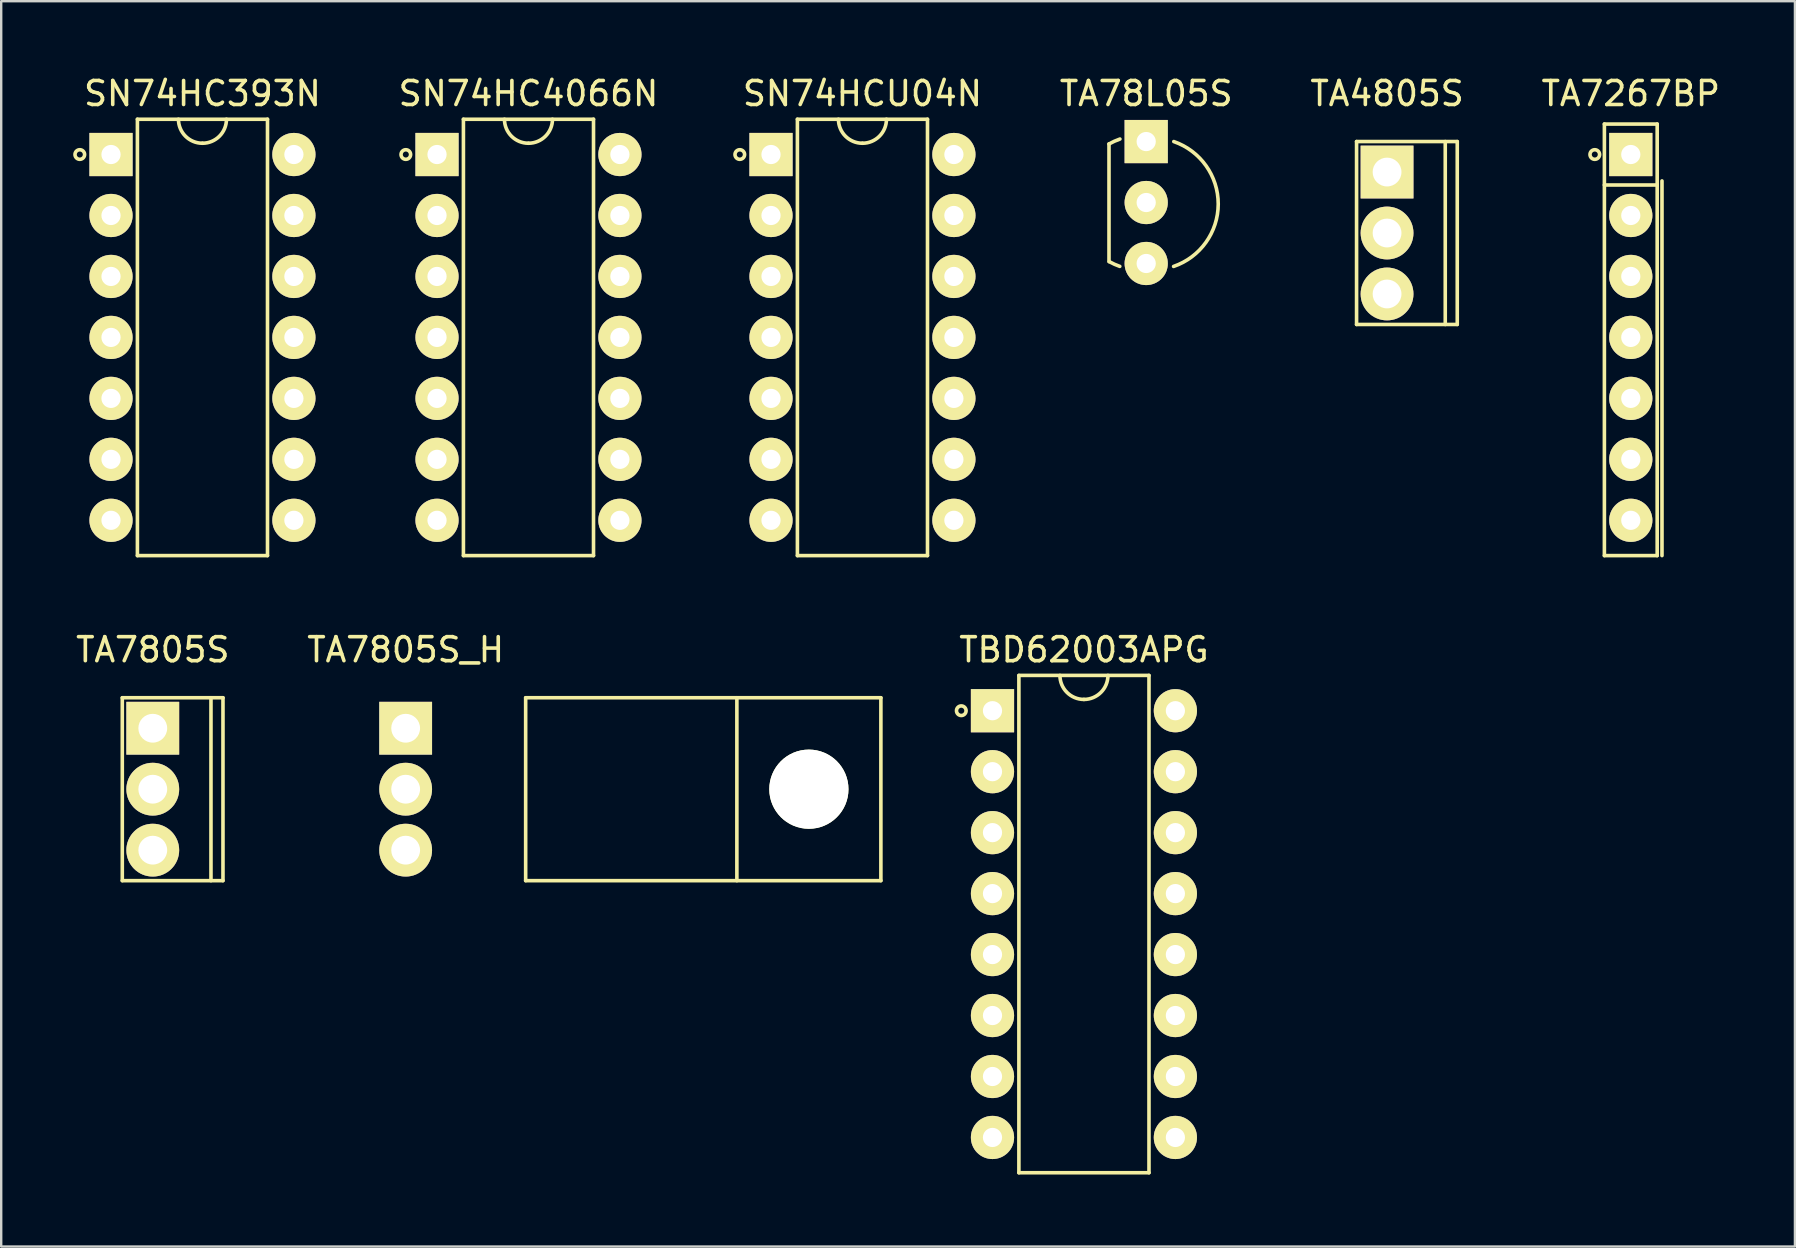
<source format=kicad_pcb>
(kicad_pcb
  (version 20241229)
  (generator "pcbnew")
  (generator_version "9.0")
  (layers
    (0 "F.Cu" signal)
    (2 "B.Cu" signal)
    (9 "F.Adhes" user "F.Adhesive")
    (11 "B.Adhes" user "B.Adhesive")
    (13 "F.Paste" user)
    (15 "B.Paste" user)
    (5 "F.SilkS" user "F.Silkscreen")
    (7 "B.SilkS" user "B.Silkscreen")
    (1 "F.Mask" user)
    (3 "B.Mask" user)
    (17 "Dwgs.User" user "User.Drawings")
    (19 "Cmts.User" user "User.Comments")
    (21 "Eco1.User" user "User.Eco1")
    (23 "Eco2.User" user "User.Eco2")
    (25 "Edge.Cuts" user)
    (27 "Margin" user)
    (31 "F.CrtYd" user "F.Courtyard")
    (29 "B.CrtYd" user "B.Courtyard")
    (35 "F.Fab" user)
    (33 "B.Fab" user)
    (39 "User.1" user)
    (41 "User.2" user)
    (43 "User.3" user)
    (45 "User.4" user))
  (footprint "TA7805S"
    (layer "F.Cu")
    (at 3.315 27.291)
    (property "Reference" "TA7805S" (at 0 -3.27 0) (layer "F.SilkS") (effects (font (size 1 1) (thickness 0.15))))
    (attr through_hole)
    (fp_line (start -1.27 -1.27) (end -1.27 6.35) (stroke (width 0.15) (type solid)) (layer "F.SilkS"))
    (fp_line (start -1.27 -1.27) (end 2.925 -1.27) (stroke (width 0.15) (type solid)) (layer "F.SilkS"))
    (fp_line (start -1.27 6.35) (end 2.925 6.35) (stroke (width 0.15) (type solid)) (layer "F.SilkS"))
    (fp_line (start 2.425 -1.27) (end 2.425 6.35) (stroke (width 0.15) (type solid)) (layer "F.SilkS"))
    (fp_line (start 2.925 -1.27) (end 2.925 6.35) (stroke (width 0.15) (type solid)) (layer "F.SilkS"))
    (pad "1" thru_hole rect (at 0 0) (size 2.2 2.2) (drill 1.2) (layers "*.Cu" "*.Mask" "F.SilkS"))
    (pad "2" thru_hole circle (at 0 2.54) (size 2.2 2.2) (drill 1.2) (layers "*.Cu" "*.Mask" "F.SilkS"))
    (pad "3" thru_hole circle (at 0 5.08) (size 2.2 2.2) (drill 1.2) (layers "*.Cu" "*.Mask" "F.SilkS")))
  (footprint "TA78L05S"
    (layer "F.Cu")
    (at 44.705 2.848)
    (property "Reference" "TA78L05S" (at 0 -2 0) (layer "F.SilkS") (effects (font (size 1 1) (thickness 0.15))))
    (attr through_hole)
    (fp_line (start -1.55 5) (end -1.55 0.1) (stroke (width 0.15) (type solid)) (layer "F.SilkS"))
    (fp_arc (start -1.55 0.1) (mid -1.326783 -0.012505) (end -1.09461 -0.105127) (stroke (width 0.15) (type solid)) (layer "F.SilkS"))
    (fp_arc (start -1.1 5.2) (mid -1.32318 5.111666) (end -1.537812 5.004217) (stroke (width 0.15) (type solid)) (layer "F.SilkS"))
    (fp_arc (start 1.15 0) (mid 3.00136 2.60449) (end 1.14151 5.202923) (stroke (width 0.15) (type solid)) (layer "F.SilkS"))
    (pad "1" thru_hole rect (at 0 0) (size 1.8 1.8) (drill 0.8) (layers "*.Cu" "*.Mask" "F.SilkS"))
    (pad "2" thru_hole circle (at 0 2.54) (size 1.8 1.8) (drill 0.8) (layers "*.Cu" "*.Mask" "F.SilkS"))
    (pad "3" thru_hole circle (at 0 5.08) (size 1.8 1.8) (drill 0.8) (layers "*.Cu" "*.Mask" "F.SilkS")))
  (footprint "SN74HCU04N"
    (layer "F.Cu")
    (at 29.073 3.388)
    (property "Reference" "SN74HCU04N" (at 3.81 -2.54 0) (layer "F.SilkS") (effects (font (size 1 1) (thickness 0.15))))
    (attr through_hole)
    (fp_line (start 1.1 -1.47) (end 6.52 -1.47) (stroke (width 0.15) (type solid)) (layer "F.SilkS"))
    (fp_line (start 1.1 16.71) (end 1.1 -1.47) (stroke (width 0.15) (type solid)) (layer "F.SilkS"))
    (fp_line (start 6.52 -1.47) (end 6.52 16.71) (stroke (width 0.15) (type solid)) (layer "F.SilkS"))
    (fp_line (start 6.52 16.71) (end 1.1 16.71) (stroke (width 0.15) (type solid)) (layer "F.SilkS"))
    (fp_arc (start 3.81 -0.47) (mid 3.102893 -0.762893) (end 2.81 -1.47) (stroke (width 0.15) (type solid)) (layer "F.SilkS"))
    (fp_arc (start 4.81 -1.47) (mid 4.517107 -0.762893) (end 3.81 -0.47) (stroke (width 0.15) (type solid)) (layer "F.SilkS"))
    (fp_circle (center -1.3 0) (end -1.3 0.2) (stroke (width 0.15) (type solid)) (fill no) (layer "F.SilkS"))
    (pad "1" thru_hole rect (at 0 0) (size 1.8 1.8) (drill 0.8) (layers "*.Cu" "*.Mask" "F.SilkS"))
    (pad "2" thru_hole circle (at 0 2.54) (size 1.8 1.8) (drill 0.8) (layers "*.Cu" "*.Mask" "F.SilkS"))
    (pad "3" thru_hole circle (at 0 5.08) (size 1.8 1.8) (drill 0.8) (layers "*.Cu" "*.Mask" "F.SilkS"))
    (pad "4" thru_hole circle (at 0 7.62) (size 1.8 1.8) (drill 0.8) (layers "*.Cu" "*.Mask" "F.SilkS"))
    (pad "5" thru_hole circle (at 0 10.16) (size 1.8 1.8) (drill 0.8) (layers "*.Cu" "*.Mask" "F.SilkS"))
    (pad "6" thru_hole circle (at 0 12.7) (size 1.8 1.8) (drill 0.8) (layers "*.Cu" "*.Mask" "F.SilkS"))
    (pad "7" thru_hole circle (at 0 15.24) (size 1.8 1.8) (drill 0.8) (layers "*.Cu" "*.Mask" "F.SilkS"))
    (pad "8" thru_hole circle (at 7.62 15.24) (size 1.8 1.8) (drill 0.8) (layers "*.Cu" "*.Mask" "F.SilkS"))
    (pad "9" thru_hole circle (at 7.62 12.7) (size 1.8 1.8) (drill 0.8) (layers "*.Cu" "*.Mask" "F.SilkS"))
    (pad "10" thru_hole circle (at 7.62 10.16) (size 1.8 1.8) (drill 0.8) (layers "*.Cu" "*.Mask" "F.SilkS"))
    (pad "11" thru_hole circle (at 7.62 7.62) (size 1.8 1.8) (drill 0.8) (layers "*.Cu" "*.Mask" "F.SilkS"))
    (pad "12" thru_hole circle (at 7.62 5.08) (size 1.8 1.8) (drill 0.8) (layers "*.Cu" "*.Mask" "F.SilkS"))
    (pad "13" thru_hole circle (at 7.62 2.54) (size 1.8 1.8) (drill 0.8) (layers "*.Cu" "*.Mask" "F.SilkS"))
    (pad "14" thru_hole circle (at 7.62 0) (size 1.8 1.8) (drill 0.8) (layers "*.Cu" "*.Mask" "F.SilkS")))
  (footprint "TBD62003APG"
    (layer "F.Cu")
    (at 38.301 26.561)
    (property "Reference" "TBD62003APG" (at 3.81 -2.54 0) (layer "F.SilkS") (effects (font (size 1 1) (thickness 0.15))))
    (attr through_hole)
    (fp_line (start 1.1 -1.47) (end 6.52 -1.47) (stroke (width 0.15) (type solid)) (layer "F.SilkS"))
    (fp_line (start 1.1 19.25) (end 1.1 -1.47) (stroke (width 0.15) (type solid)) (layer "F.SilkS"))
    (fp_line (start 6.52 -1.47) (end 6.52 19.25) (stroke (width 0.15) (type solid)) (layer "F.SilkS"))
    (fp_line (start 6.52 19.25) (end 1.1 19.25) (stroke (width 0.15) (type solid)) (layer "F.SilkS"))
    (fp_arc (start 3.81 -0.47) (mid 3.102893 -0.762893) (end 2.81 -1.47) (stroke (width 0.15) (type solid)) (layer "F.SilkS"))
    (fp_arc (start 4.81 -1.47) (mid 4.517107 -0.762893) (end 3.81 -0.47) (stroke (width 0.15) (type solid)) (layer "F.SilkS"))
    (fp_circle (center -1.3 0) (end -1.3 0.2) (stroke (width 0.15) (type solid)) (fill no) (layer "F.SilkS"))
    (pad "1" thru_hole rect (at 0 0) (size 1.8 1.8) (drill 0.8) (layers "*.Cu" "*.Mask" "F.SilkS"))
    (pad "2" thru_hole circle (at 0 2.54) (size 1.8 1.8) (drill 0.8) (layers "*.Cu" "*.Mask" "F.SilkS"))
    (pad "3" thru_hole circle (at 0 5.08) (size 1.8 1.8) (drill 0.8) (layers "*.Cu" "*.Mask" "F.SilkS"))
    (pad "4" thru_hole circle (at 0 7.62) (size 1.8 1.8) (drill 0.8) (layers "*.Cu" "*.Mask" "F.SilkS"))
    (pad "5" thru_hole circle (at 0 10.16) (size 1.8 1.8) (drill 0.8) (layers "*.Cu" "*.Mask" "F.SilkS"))
    (pad "6" thru_hole circle (at 0 12.7) (size 1.8 1.8) (drill 0.8) (layers "*.Cu" "*.Mask" "F.SilkS"))
    (pad "7" thru_hole circle (at 0 15.24) (size 1.8 1.8) (drill 0.8) (layers "*.Cu" "*.Mask" "F.SilkS"))
    (pad "8" thru_hole circle (at 0 17.78) (size 1.8 1.8) (drill 0.8) (layers "*.Cu" "*.Mask" "F.SilkS"))
    (pad "9" thru_hole circle (at 7.62 17.78) (size 1.8 1.8) (drill 0.8) (layers "*.Cu" "*.Mask" "F.SilkS"))
    (pad "10" thru_hole circle (at 7.62 15.24) (size 1.8 1.8) (drill 0.8) (layers "*.Cu" "*.Mask" "F.SilkS"))
    (pad "11" thru_hole circle (at 7.62 12.7) (size 1.8 1.8) (drill 0.8) (layers "*.Cu" "*.Mask" "F.SilkS"))
    (pad "12" thru_hole circle (at 7.62 10.16) (size 1.8 1.8) (drill 0.8) (layers "*.Cu" "*.Mask" "F.SilkS"))
    (pad "13" thru_hole circle (at 7.62 7.62) (size 1.8 1.8) (drill 0.8) (layers "*.Cu" "*.Mask" "F.SilkS"))
    (pad "14" thru_hole circle (at 7.62 5.08) (size 1.8 1.8) (drill 0.8) (layers "*.Cu" "*.Mask" "F.SilkS"))
    (pad "15" thru_hole circle (at 7.62 2.54) (size 1.8 1.8) (drill 0.8) (layers "*.Cu" "*.Mask" "F.SilkS"))
    (pad "16" thru_hole circle (at 7.62 0) (size 1.8 1.8) (drill 0.8) (layers "*.Cu" "*.Mask" "F.SilkS")))
  (footprint "TA4805S"
    (layer "F.Cu")
    (at 54.74 4.118)
    (property "Reference" "TA4805S" (at 0 -3.27 0) (layer "F.SilkS") (effects (font (size 1 1) (thickness 0.15))))
    (attr through_hole)
    (fp_line (start -1.27 -1.27) (end -1.27 6.35) (stroke (width 0.15) (type solid)) (layer "F.SilkS"))
    (fp_line (start -1.27 -1.27) (end 2.925 -1.27) (stroke (width 0.15) (type solid)) (layer "F.SilkS"))
    (fp_line (start -1.27 6.35) (end 2.925 6.35) (stroke (width 0.15) (type solid)) (layer "F.SilkS"))
    (fp_line (start 2.425 -1.27) (end 2.425 6.35) (stroke (width 0.15) (type solid)) (layer "F.SilkS"))
    (fp_line (start 2.925 -1.27) (end 2.925 6.35) (stroke (width 0.15) (type solid)) (layer "F.SilkS"))
    (pad "1" thru_hole rect (at 0 0) (size 2.2 2.2) (drill 1.2) (layers "*.Cu" "*.Mask" "F.SilkS"))
    (pad "2" thru_hole circle (at 0 2.54) (size 2.2 2.2) (drill 1.2) (layers "*.Cu" "*.Mask" "F.SilkS"))
    (pad "3" thru_hole circle (at 0 5.08) (size 2.2 2.2) (drill 1.2) (layers "*.Cu" "*.Mask" "F.SilkS")))
  (footprint "TA7805S_H"
    (layer "F.Cu")
    (at 13.851 27.291)
    (property "Reference" "TA7805S_H" (at 0 -3.27 0) (layer "F.SilkS") (effects (font (size 1 1) (thickness 0.15))))
    (attr through_hole)
    (fp_line (start 5 -1.27) (end 5 6.35) (stroke (width 0.15) (type solid)) (layer "F.SilkS"))
    (fp_line (start 5 -1.27) (end 19.8 -1.27) (stroke (width 0.15) (type solid)) (layer "F.SilkS"))
    (fp_line (start 5 6.35) (end 19.8 6.35) (stroke (width 0.15) (type solid)) (layer "F.SilkS"))
    (fp_line (start 13.8 -1.27) (end 13.8 6.35) (stroke (width 0.15) (type solid)) (layer "F.SilkS"))
    (fp_line (start 19.8 -1.27) (end 19.8 6.35) (stroke (width 0.15) (type solid)) (layer "F.SilkS"))
    (pad "" np_thru_hole circle (at 16.8 2.54) (size 3.3 3.3) (drill 3.3) (layers "*.Cu" "*.Mask" "F.SilkS"))
    (pad "1" thru_hole rect (at 0 0) (size 2.2 2.2) (drill 1.2) (layers "*.Cu" "*.Mask" "F.SilkS"))
    (pad "2" thru_hole circle (at 0 2.54) (size 2.2 2.2) (drill 1.2) (layers "*.Cu" "*.Mask" "F.SilkS"))
    (pad "3" thru_hole circle (at 0 5.08) (size 2.2 2.2) (drill 1.2) (layers "*.Cu" "*.Mask" "F.SilkS")))
  (footprint "SN74HC393N"
    (layer "F.Cu")
    (at 1.575 3.388)
    (property "Reference" "SN74HC393N" (at 3.81 -2.54 0) (layer "F.SilkS") (effects (font (size 1 1) (thickness 0.15))))
    (attr through_hole)
    (fp_line (start 1.1 -1.47) (end 6.52 -1.47) (stroke (width 0.15) (type solid)) (layer "F.SilkS"))
    (fp_line (start 1.1 16.71) (end 1.1 -1.47) (stroke (width 0.15) (type solid)) (layer "F.SilkS"))
    (fp_line (start 6.52 -1.47) (end 6.52 16.71) (stroke (width 0.15) (type solid)) (layer "F.SilkS"))
    (fp_line (start 6.52 16.71) (end 1.1 16.71) (stroke (width 0.15) (type solid)) (layer "F.SilkS"))
    (fp_arc (start 3.81 -0.47) (mid 3.102893 -0.762893) (end 2.81 -1.47) (stroke (width 0.15) (type solid)) (layer "F.SilkS"))
    (fp_arc (start 4.81 -1.47) (mid 4.517107 -0.762893) (end 3.81 -0.47) (stroke (width 0.15) (type solid)) (layer "F.SilkS"))
    (fp_circle (center -1.3 0) (end -1.3 0.2) (stroke (width 0.15) (type solid)) (fill no) (layer "F.SilkS"))
    (pad "1" thru_hole rect (at 0 0) (size 1.8 1.8) (drill 0.8) (layers "*.Cu" "*.Mask" "F.SilkS"))
    (pad "2" thru_hole circle (at 0 2.54) (size 1.8 1.8) (drill 0.8) (layers "*.Cu" "*.Mask" "F.SilkS"))
    (pad "3" thru_hole circle (at 0 5.08) (size 1.8 1.8) (drill 0.8) (layers "*.Cu" "*.Mask" "F.SilkS"))
    (pad "4" thru_hole circle (at 0 7.62) (size 1.8 1.8) (drill 0.8) (layers "*.Cu" "*.Mask" "F.SilkS"))
    (pad "5" thru_hole circle (at 0 10.16) (size 1.8 1.8) (drill 0.8) (layers "*.Cu" "*.Mask" "F.SilkS"))
    (pad "6" thru_hole circle (at 0 12.7) (size 1.8 1.8) (drill 0.8) (layers "*.Cu" "*.Mask" "F.SilkS"))
    (pad "7" thru_hole circle (at 0 15.24) (size 1.8 1.8) (drill 0.8) (layers "*.Cu" "*.Mask" "F.SilkS"))
    (pad "8" thru_hole circle (at 7.62 15.24) (size 1.8 1.8) (drill 0.8) (layers "*.Cu" "*.Mask" "F.SilkS"))
    (pad "9" thru_hole circle (at 7.62 12.7) (size 1.8 1.8) (drill 0.8) (layers "*.Cu" "*.Mask" "F.SilkS"))
    (pad "10" thru_hole circle (at 7.62 10.16) (size 1.8 1.8) (drill 0.8) (layers "*.Cu" "*.Mask" "F.SilkS"))
    (pad "11" thru_hole circle (at 7.62 7.62) (size 1.8 1.8) (drill 0.8) (layers "*.Cu" "*.Mask" "F.SilkS"))
    (pad "12" thru_hole circle (at 7.62 5.08) (size 1.8 1.8) (drill 0.8) (layers "*.Cu" "*.Mask" "F.SilkS"))
    (pad "13" thru_hole circle (at 7.62 2.54) (size 1.8 1.8) (drill 0.8) (layers "*.Cu" "*.Mask" "F.SilkS"))
    (pad "14" thru_hole circle (at 7.62 0) (size 1.8 1.8) (drill 0.8) (layers "*.Cu" "*.Mask" "F.SilkS")))
  (footprint "SN74HC4066N"
    (layer "F.Cu")
    (at 15.158 3.388)
    (property "Reference" "SN74HC4066N" (at 3.81 -2.54 0) (layer "F.SilkS") (effects (font (size 1 1) (thickness 0.15))))
    (attr through_hole)
    (fp_line (start 1.1 -1.47) (end 6.52 -1.47) (stroke (width 0.15) (type solid)) (layer "F.SilkS"))
    (fp_line (start 1.1 16.71) (end 1.1 -1.47) (stroke (width 0.15) (type solid)) (layer "F.SilkS"))
    (fp_line (start 6.52 -1.47) (end 6.52 16.71) (stroke (width 0.15) (type solid)) (layer "F.SilkS"))
    (fp_line (start 6.52 16.71) (end 1.1 16.71) (stroke (width 0.15) (type solid)) (layer "F.SilkS"))
    (fp_arc (start 3.81 -0.47) (mid 3.102893 -0.762893) (end 2.81 -1.47) (stroke (width 0.15) (type solid)) (layer "F.SilkS"))
    (fp_arc (start 4.81 -1.47) (mid 4.517107 -0.762893) (end 3.81 -0.47) (stroke (width 0.15) (type solid)) (layer "F.SilkS"))
    (fp_circle (center -1.3 0) (end -1.3 0.2) (stroke (width 0.15) (type solid)) (fill no) (layer "F.SilkS"))
    (pad "1" thru_hole rect (at 0 0) (size 1.8 1.8) (drill 0.8) (layers "*.Cu" "*.Mask" "F.SilkS"))
    (pad "2" thru_hole circle (at 0 2.54) (size 1.8 1.8) (drill 0.8) (layers "*.Cu" "*.Mask" "F.SilkS"))
    (pad "3" thru_hole circle (at 0 5.08) (size 1.8 1.8) (drill 0.8) (layers "*.Cu" "*.Mask" "F.SilkS"))
    (pad "4" thru_hole circle (at 0 7.62) (size 1.8 1.8) (drill 0.8) (layers "*.Cu" "*.Mask" "F.SilkS"))
    (pad "5" thru_hole circle (at 0 10.16) (size 1.8 1.8) (drill 0.8) (layers "*.Cu" "*.Mask" "F.SilkS"))
    (pad "6" thru_hole circle (at 0 12.7) (size 1.8 1.8) (drill 0.8) (layers "*.Cu" "*.Mask" "F.SilkS"))
    (pad "7" thru_hole circle (at 0 15.24) (size 1.8 1.8) (drill 0.8) (layers "*.Cu" "*.Mask" "F.SilkS"))
    (pad "8" thru_hole circle (at 7.62 15.24) (size 1.8 1.8) (drill 0.8) (layers "*.Cu" "*.Mask" "F.SilkS"))
    (pad "9" thru_hole circle (at 7.62 12.7) (size 1.8 1.8) (drill 0.8) (layers "*.Cu" "*.Mask" "F.SilkS"))
    (pad "10" thru_hole circle (at 7.62 10.16) (size 1.8 1.8) (drill 0.8) (layers "*.Cu" "*.Mask" "F.SilkS"))
    (pad "11" thru_hole circle (at 7.62 7.62) (size 1.8 1.8) (drill 0.8) (layers "*.Cu" "*.Mask" "F.SilkS"))
    (pad "12" thru_hole circle (at 7.62 5.08) (size 1.8 1.8) (drill 0.8) (layers "*.Cu" "*.Mask" "F.SilkS"))
    (pad "13" thru_hole circle (at 7.62 2.54) (size 1.8 1.8) (drill 0.8) (layers "*.Cu" "*.Mask" "F.SilkS"))
    (pad "14" thru_hole circle (at 7.62 0) (size 1.8 1.8) (drill 0.8) (layers "*.Cu" "*.Mask" "F.SilkS")))
  (footprint "TA7267BP"
    (layer "F.Cu")
    (at 64.895 3.388)
    (property "Reference" "TA7267BP" (at 0 -2.54 0) (layer "F.SilkS") (effects (font (size 1 1) (thickness 0.15))))
    (attr through_hole)
    (fp_line (start -1.1 -1.27) (end 1.1 -1.27) (stroke (width 0.15) (type solid)) (layer "F.SilkS"))
    (fp_line (start -1.1 1.27) (end 1.1 1.27) (stroke (width 0.15) (type solid)) (layer "F.SilkS"))
    (fp_line (start -1.1 16.71) (end -1.1 -1.27) (stroke (width 0.15) (type solid)) (layer "F.SilkS"))
    (fp_line (start 1.1 -1.27) (end 1.1 16.71) (stroke (width 0.15) (type solid)) (layer "F.SilkS"))
    (fp_line (start 1.1 16.71) (end -1.1 16.71) (stroke (width 0.15) (type solid)) (layer "F.SilkS"))
    (fp_line (start 1.3 1.1) (end 1.3 16.71) (stroke (width 0.15) (type solid)) (layer "F.SilkS"))
    (fp_circle (center -1.5 0) (end -1.5 0.2) (stroke (width 0.15) (type solid)) (fill no) (layer "F.SilkS"))
    (pad "1" thru_hole rect (at 0 0) (size 1.8 1.8) (drill 0.8) (layers "*.Cu" "*.Mask" "F.SilkS"))
    (pad "2" thru_hole circle (at 0 2.54) (size 1.8 1.8) (drill 0.8) (layers "*.Cu" "*.Mask" "F.SilkS"))
    (pad "3" thru_hole circle (at 0 5.08) (size 1.8 1.8) (drill 0.8) (layers "*.Cu" "*.Mask" "F.SilkS"))
    (pad "4" thru_hole circle (at 0 7.62) (size 1.8 1.8) (drill 0.8) (layers "*.Cu" "*.Mask" "F.SilkS"))
    (pad "5" thru_hole circle (at 0 10.16) (size 1.8 1.8) (drill 0.8) (layers "*.Cu" "*.Mask" "F.SilkS"))
    (pad "6" thru_hole circle (at 0 12.7) (size 1.8 1.8) (drill 0.8) (layers "*.Cu" "*.Mask" "F.SilkS"))
    (pad "7" thru_hole circle (at 0 15.24) (size 1.8 1.8) (drill 0.8) (layers "*.Cu" "*.Mask" "F.SilkS")))
  (gr_rect
    (start -3 -3)
    (end 71.734 48.886)
    (stroke (width 0.1) (type default))
    (fill no)
    (layer "Edge.Cuts")))
</source>
